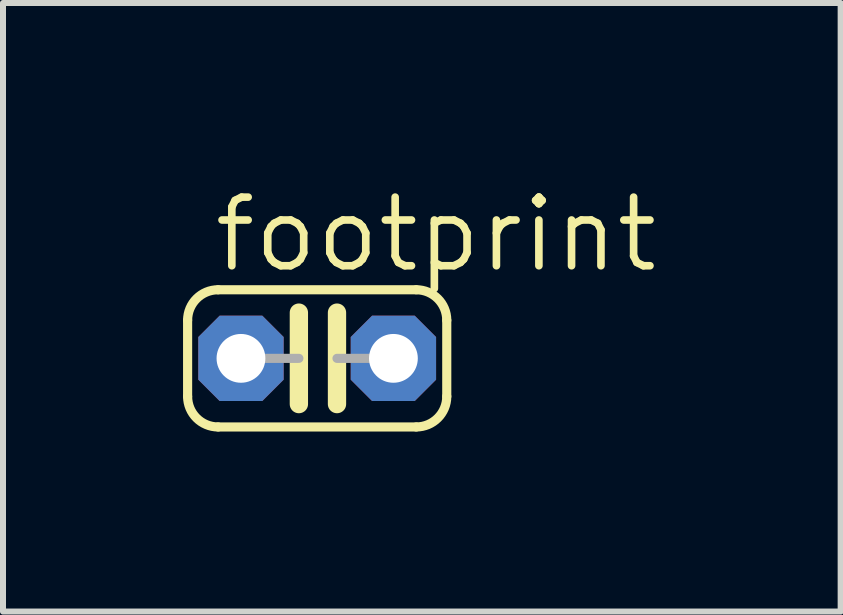
<source format=kicad_pcb>
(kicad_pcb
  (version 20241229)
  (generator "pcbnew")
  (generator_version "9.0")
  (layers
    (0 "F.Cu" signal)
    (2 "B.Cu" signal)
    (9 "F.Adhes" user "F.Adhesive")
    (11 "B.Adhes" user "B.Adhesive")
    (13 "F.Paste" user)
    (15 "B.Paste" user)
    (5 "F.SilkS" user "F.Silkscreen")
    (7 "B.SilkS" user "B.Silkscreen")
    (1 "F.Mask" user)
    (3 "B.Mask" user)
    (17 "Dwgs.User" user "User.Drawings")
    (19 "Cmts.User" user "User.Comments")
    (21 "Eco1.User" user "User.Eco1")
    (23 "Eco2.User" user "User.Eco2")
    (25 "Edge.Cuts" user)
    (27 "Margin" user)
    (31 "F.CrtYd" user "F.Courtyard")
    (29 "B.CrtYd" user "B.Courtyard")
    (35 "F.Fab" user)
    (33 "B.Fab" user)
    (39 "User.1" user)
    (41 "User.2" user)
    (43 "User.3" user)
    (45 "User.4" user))
  (footprint "footprint"
    (layer "F.Cu")
    (at 2.235 2.921)
    (property "Reference" "footprint" (at -1.778 -1.397 0) (layer "F.SilkS") (effects (font (size 1.143 1.143) (thickness 0.127)) (justify left bottom)))
    (fp_line (start -2.159 0.635) (end -2.159 -0.635) (stroke (width 0.152) (type solid)) (layer "F.SilkS"))
    (fp_line (start -0.305 -0.762) (end -0.305 0.762) (stroke (width 0.305) (type solid)) (layer "F.SilkS"))
    (fp_line (start 0.33 -0.762) (end 0.33 0.762) (stroke (width 0.305) (type solid)) (layer "F.SilkS"))
    (fp_line (start 1.651 -1.143) (end -1.651 -1.143) (stroke (width 0.152) (type solid)) (layer "F.SilkS"))
    (fp_line (start 1.651 1.143) (end -1.651 1.143) (stroke (width 0.152) (type solid)) (layer "F.SilkS"))
    (fp_line (start 2.159 0.635) (end 2.159 -0.635) (stroke (width 0.152) (type solid)) (layer "F.SilkS"))
    (fp_arc (start -2.159 -0.635) (mid -2.01021 -0.99421) (end -1.651 -1.143) (stroke (width 0.1524) (type solid)) (layer "F.SilkS"))
    (fp_arc (start -1.651 1.143) (mid -2.01021 0.99421) (end -2.159 0.635) (stroke (width 0.1524) (type solid)) (layer "F.SilkS"))
    (fp_arc (start 1.651 -1.143) (mid 2.01021 -0.99421) (end 2.159 -0.635) (stroke (width 0.1524) (type solid)) (layer "F.SilkS"))
    (fp_arc (start 2.159 0.635) (mid 2.01021 0.99421) (end 1.651 1.143) (stroke (width 0.1524) (type solid)) (layer "F.SilkS"))
    (fp_line (start -1.27 0) (end -0.305 0) (stroke (width 0.152) (type solid)) (layer "F.Fab"))
    (fp_line (start 1.27 0) (end 0.33 0) (stroke (width 0.152) (type solid)) (layer "F.Fab"))
    (pad "1" thru_hole roundrect (at -1.27 0) (size 1.422 1.422) (drill 0.813) (layers "*.Cu" "*.Mask") (roundrect_rratio 0.25) (chamfer_ratio 0.25) (chamfer top_left top_right bottom_left bottom_right))
    (pad "2" thru_hole roundrect (at 1.27 0) (size 1.422 1.422) (drill 0.813) (layers "*.Cu" "*.Mask") (roundrect_rratio 0.25) (chamfer_ratio 0.25) (chamfer top_left top_right bottom_left bottom_right)))
  (gr_rect
    (start -3 -3)
    (end 10.957 7.14)
    (stroke (width 0.1) (type default))
    (fill no)
    (layer "Edge.Cuts")))
</source>
